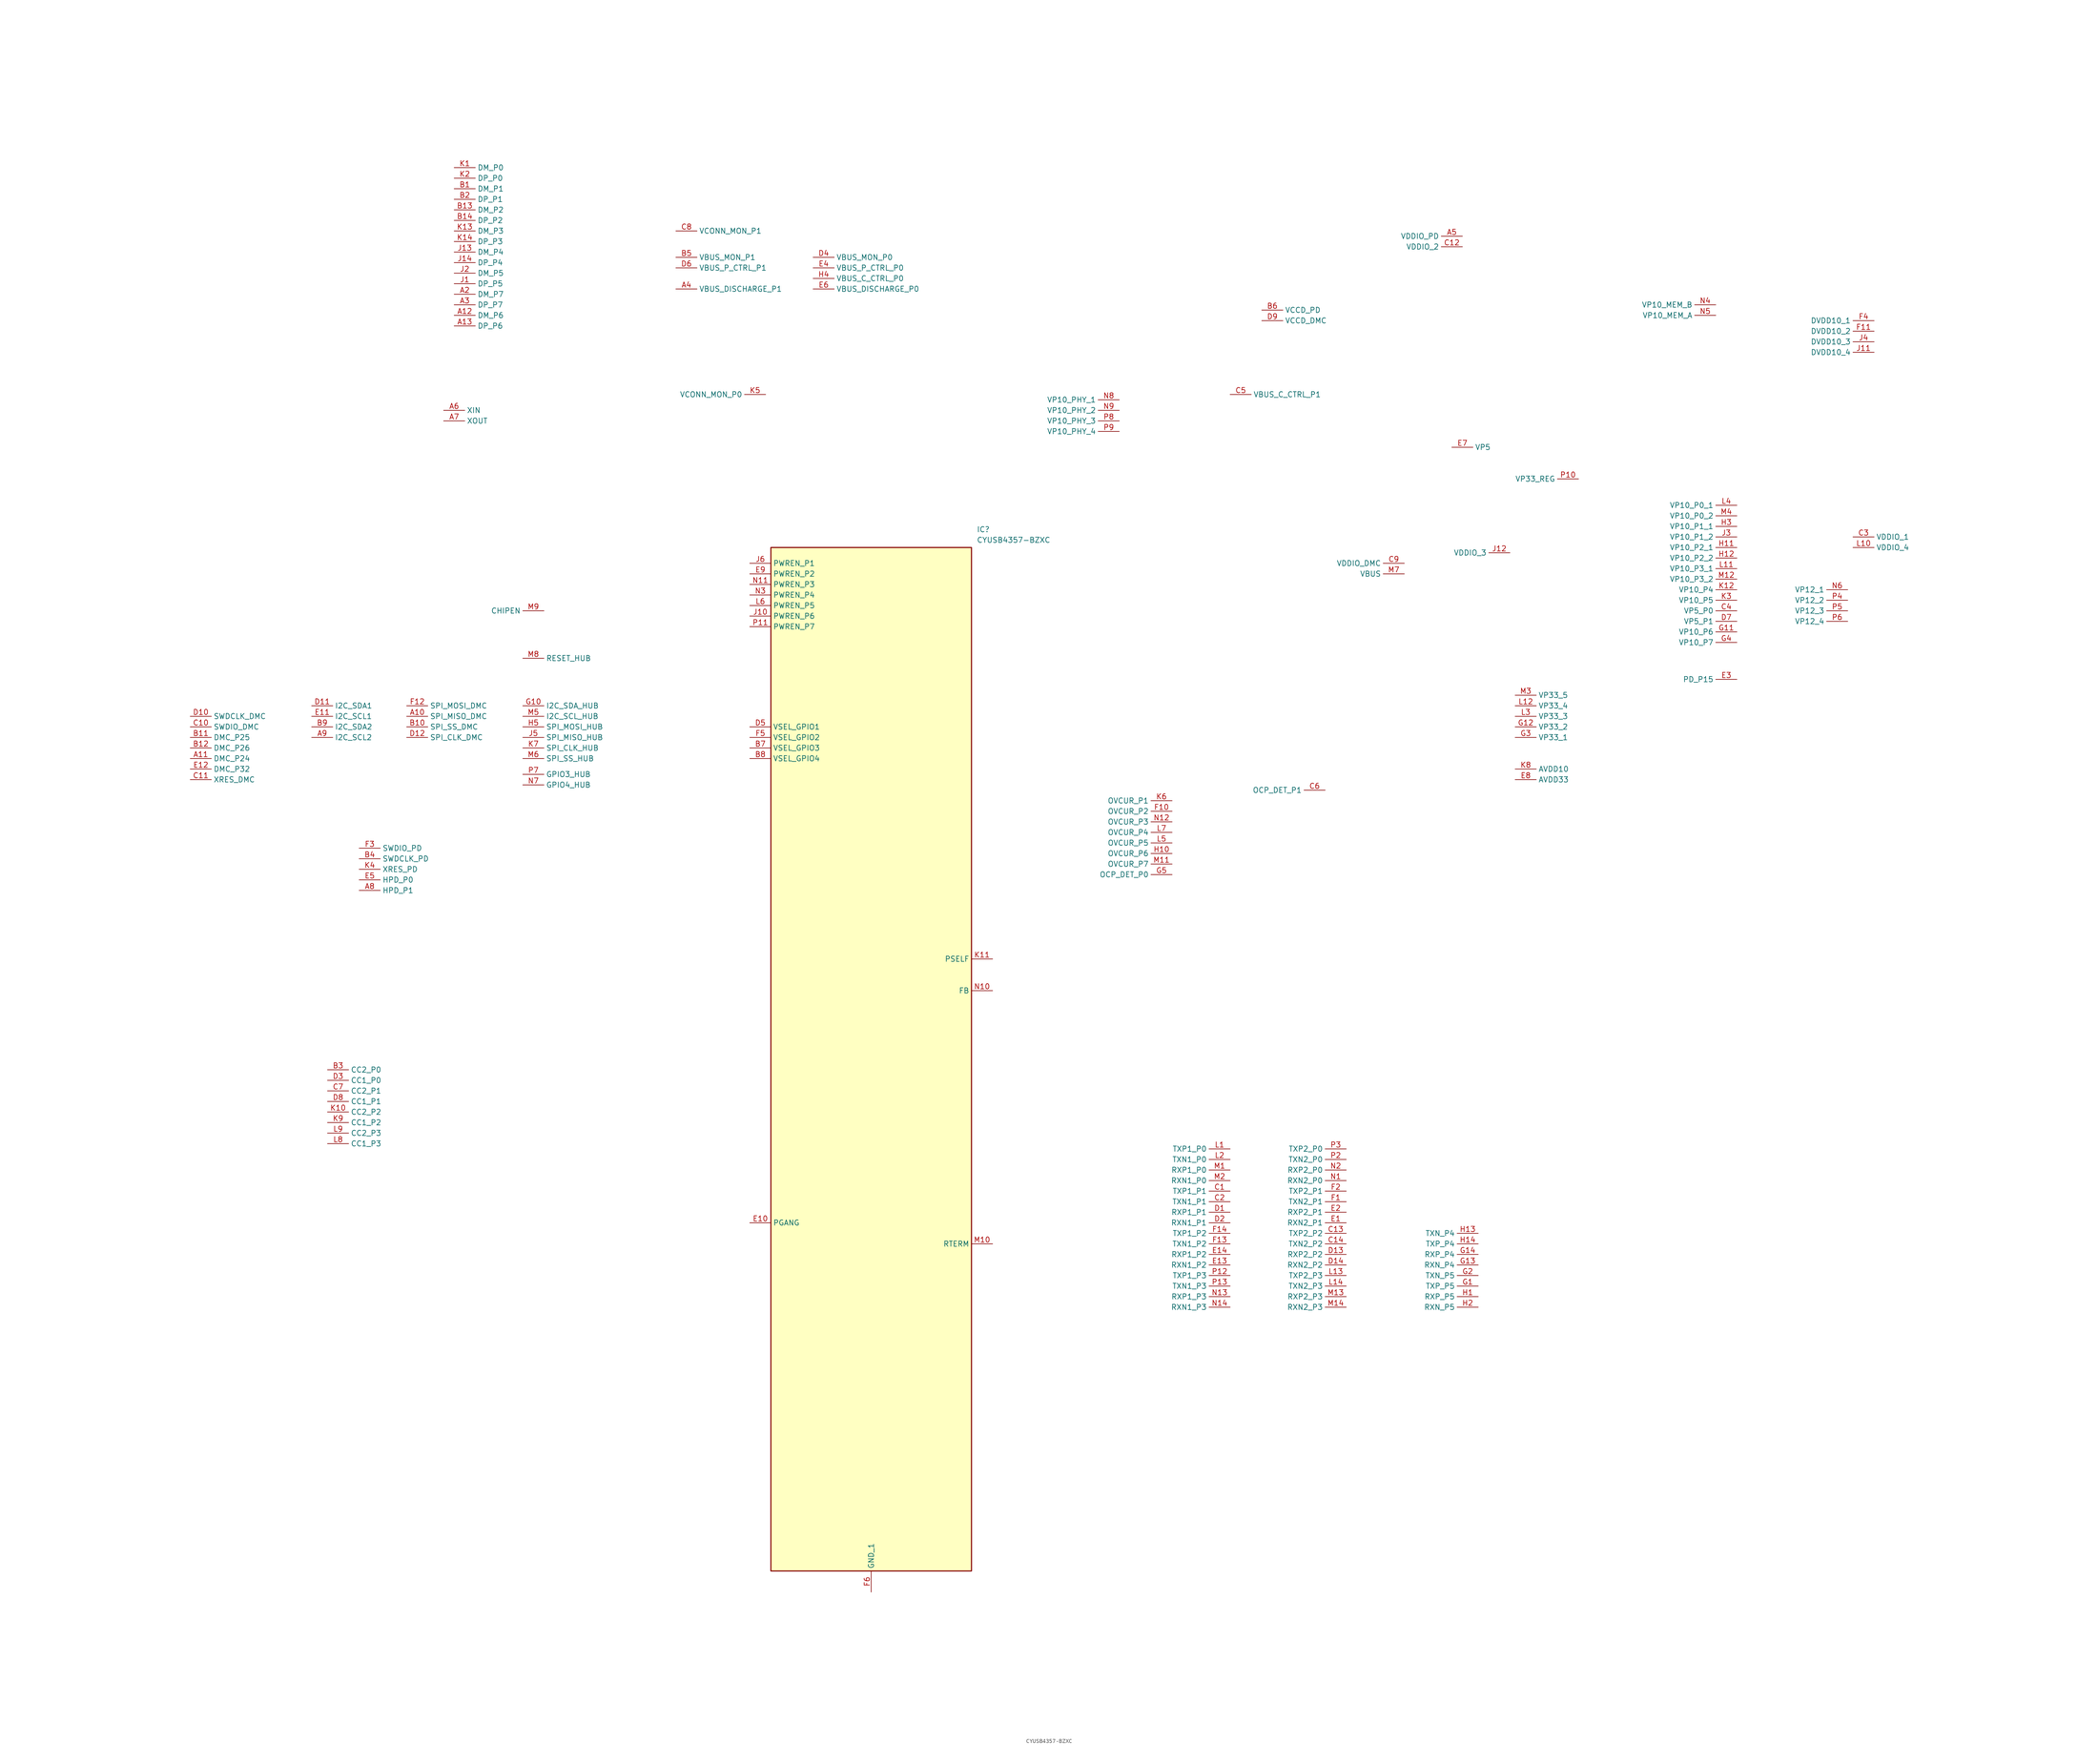
<source format=kicad_sym>
(kicad_symbol_lib
  (version 20241209)
  (generator "kicad_symbol_editor")
  (generator_version "9.0")
  (symbol "CYUSB4357-BZXC"
    (property "Reference" "IC"
      (at 54.61 7.62 0)
      (effects (font (size 1.27 1.27)) (justify left top)))
    (property "Value" "CYUSB4357-BZXC"
      (at 54.61 5.08 0)
      (effects (font (size 1.27 1.27)) (justify left top)))
    (symbol "CYUSB4357-BZXC_1_1"
      (rectangle (start 5.08 2.54) (end 53.34 -243.84) (stroke (width 0.254) (type default)) (fill (type background)))
      (pin passive line (at -134.62 -38.1 0) (length 5.08) (name "SWDCLK_DMC" (effects (font (size 1.27 1.27)))) (number "D10" (effects (font (size 1.27 1.27)))))
      (pin passive line (at -134.62 -40.64 0) (length 5.08) (name "SWDIO_DMC" (effects (font (size 1.27 1.27)))) (number "C10" (effects (font (size 1.27 1.27)))))
      (pin passive line (at -134.62 -43.18 0) (length 5.08) (name "DMC_P25" (effects (font (size 1.27 1.27)))) (number "B11" (effects (font (size 1.27 1.27)))))
      (pin passive line (at -134.62 -45.72 0) (length 5.08) (name "DMC_P26" (effects (font (size 1.27 1.27)))) (number "B12" (effects (font (size 1.27 1.27)))))
      (pin passive line (at -134.62 -48.26 0) (length 5.08) (name "DMC_P24" (effects (font (size 1.27 1.27)))) (number "A11" (effects (font (size 1.27 1.27)))))
      (pin passive line (at -134.62 -50.8 0) (length 5.08) (name "DMC_P32" (effects (font (size 1.27 1.27)))) (number "E12" (effects (font (size 1.27 1.27)))))
      (pin passive line (at -134.62 -53.34 0) (length 5.08) (name "XRES_DMC" (effects (font (size 1.27 1.27)))) (number "C11" (effects (font (size 1.27 1.27)))))
      (pin passive line (at -105.41 -35.56 0) (length 5.08) (name "I2C_SDA1" (effects (font (size 1.27 1.27)))) (number "D11" (effects (font (size 1.27 1.27)))))
      (pin passive line (at -105.41 -38.1 0) (length 5.08) (name "I2C_SCL1" (effects (font (size 1.27 1.27)))) (number "E11" (effects (font (size 1.27 1.27)))))
      (pin passive line (at -105.41 -40.64 0) (length 5.08) (name "I2C_SDA2" (effects (font (size 1.27 1.27)))) (number "B9" (effects (font (size 1.27 1.27)))))
      (pin passive line (at -105.41 -43.18 0) (length 5.08) (name "I2C_SCL2" (effects (font (size 1.27 1.27)))) (number "A9" (effects (font (size 1.27 1.27)))))
      (pin passive line (at -101.6 -123.19 0) (length 5.08) (name "CC2_P0" (effects (font (size 1.27 1.27)))) (number "B3" (effects (font (size 1.27 1.27)))))
      (pin passive line (at -101.6 -125.73 0) (length 5.08) (name "CC1_P0" (effects (font (size 1.27 1.27)))) (number "D3" (effects (font (size 1.27 1.27)))))
      (pin passive line (at -101.6 -128.27 0) (length 5.08) (name "CC2_P1" (effects (font (size 1.27 1.27)))) (number "C7" (effects (font (size 1.27 1.27)))))
      (pin passive line (at -101.6 -130.81 0) (length 5.08) (name "CC1_P1" (effects (font (size 1.27 1.27)))) (number "D8" (effects (font (size 1.27 1.27)))))
      (pin passive line (at -101.6 -133.35 0) (length 5.08) (name "CC2_P2" (effects (font (size 1.27 1.27)))) (number "K10" (effects (font (size 1.27 1.27)))))
      (pin passive line (at -101.6 -135.89 0) (length 5.08) (name "CC1_P2" (effects (font (size 1.27 1.27)))) (number "K9" (effects (font (size 1.27 1.27)))))
      (pin passive line (at -101.6 -138.43 0) (length 5.08) (name "CC2_P3" (effects (font (size 1.27 1.27)))) (number "L9" (effects (font (size 1.27 1.27)))))
      (pin passive line (at -101.6 -140.97 0) (length 5.08) (name "CC1_P3" (effects (font (size 1.27 1.27)))) (number "L8" (effects (font (size 1.27 1.27)))))
      (pin passive line (at -93.98 -69.85 0) (length 5.08) (name "SWDIO_PD" (effects (font (size 1.27 1.27)))) (number "F3" (effects (font (size 1.27 1.27)))))
      (pin passive line (at -93.98 -72.39 0) (length 5.08) (name "SWDCLK_PD" (effects (font (size 1.27 1.27)))) (number "B4" (effects (font (size 1.27 1.27)))))
      (pin passive line (at -93.98 -74.93 0) (length 5.08) (name "XRES_PD" (effects (font (size 1.27 1.27)))) (number "K4" (effects (font (size 1.27 1.27)))))
      (pin passive line (at -93.98 -77.47 0) (length 5.08) (name "HPD_P0" (effects (font (size 1.27 1.27)))) (number "E5" (effects (font (size 1.27 1.27)))))
      (pin passive line (at -93.98 -80.01 0) (length 5.08) (name "HPD_P1" (effects (font (size 1.27 1.27)))) (number "A8" (effects (font (size 1.27 1.27)))))
      (pin passive line (at -82.55 -35.56 0) (length 5.08) (name "SPI_MOSI_DMC" (effects (font (size 1.27 1.27)))) (number "F12" (effects (font (size 1.27 1.27)))))
      (pin passive line (at -82.55 -38.1 0) (length 5.08) (name "SPI_MISO_DMC" (effects (font (size 1.27 1.27)))) (number "A10" (effects (font (size 1.27 1.27)))))
      (pin passive line (at -82.55 -40.64 0) (length 5.08) (name "SPI_SS_DMC" (effects (font (size 1.27 1.27)))) (number "B10" (effects (font (size 1.27 1.27)))))
      (pin passive line (at -82.55 -43.18 0) (length 5.08) (name "SPI_CLK_DMC" (effects (font (size 1.27 1.27)))) (number "D12" (effects (font (size 1.27 1.27)))))
      (pin passive line (at -73.66 35.56 0) (length 5.08) (name "XIN" (effects (font (size 1.27 1.27)))) (number "A6" (effects (font (size 1.27 1.27)))))
      (pin passive line (at -73.66 33.02 0) (length 5.08) (name "XOUT" (effects (font (size 1.27 1.27)))) (number "A7" (effects (font (size 1.27 1.27)))))
      (pin passive line (at -71.12 93.98 0) (length 5.08) (name "DM_P0" (effects (font (size 1.27 1.27)))) (number "K1" (effects (font (size 1.27 1.27)))))
      (pin passive line (at -71.12 91.44 0) (length 5.08) (name "DP_P0" (effects (font (size 1.27 1.27)))) (number "K2" (effects (font (size 1.27 1.27)))))
      (pin passive line (at -71.12 88.9 0) (length 5.08) (name "DM_P1" (effects (font (size 1.27 1.27)))) (number "B1" (effects (font (size 1.27 1.27)))))
      (pin passive line (at -71.12 86.36 0) (length 5.08) (name "DP_P1" (effects (font (size 1.27 1.27)))) (number "B2" (effects (font (size 1.27 1.27)))))
      (pin passive line (at -71.12 83.82 0) (length 5.08) (name "DM_P2" (effects (font (size 1.27 1.27)))) (number "B13" (effects (font (size 1.27 1.27)))))
      (pin passive line (at -71.12 81.28 0) (length 5.08) (name "DP_P2" (effects (font (size 1.27 1.27)))) (number "B14" (effects (font (size 1.27 1.27)))))
      (pin passive line (at -71.12 78.74 0) (length 5.08) (name "DM_P3" (effects (font (size 1.27 1.27)))) (number "K13" (effects (font (size 1.27 1.27)))))
      (pin passive line (at -71.12 76.2 0) (length 5.08) (name "DP_P3" (effects (font (size 1.27 1.27)))) (number "K14" (effects (font (size 1.27 1.27)))))
      (pin passive line (at -71.12 73.66 0) (length 5.08) (name "DM_P4" (effects (font (size 1.27 1.27)))) (number "J13" (effects (font (size 1.27 1.27)))))
      (pin passive line (at -71.12 71.12 0) (length 5.08) (name "DP_P4" (effects (font (size 1.27 1.27)))) (number "J14" (effects (font (size 1.27 1.27)))))
      (pin passive line (at -71.12 68.58 0) (length 5.08) (name "DM_P5" (effects (font (size 1.27 1.27)))) (number "J2" (effects (font (size 1.27 1.27)))))
      (pin passive line (at -71.12 66.04 0) (length 5.08) (name "DP_P5" (effects (font (size 1.27 1.27)))) (number "J1" (effects (font (size 1.27 1.27)))))
      (pin passive line (at -71.12 63.5 0) (length 5.08) (name "DM_P7" (effects (font (size 1.27 1.27)))) (number "A2" (effects (font (size 1.27 1.27)))))
      (pin passive line (at -71.12 60.96 0) (length 5.08) (name "DP_P7" (effects (font (size 1.27 1.27)))) (number "A3" (effects (font (size 1.27 1.27)))))
      (pin passive line (at -71.12 58.42 0) (length 5.08) (name "DM_P6" (effects (font (size 1.27 1.27)))) (number "A12" (effects (font (size 1.27 1.27)))))
      (pin passive line (at -71.12 55.88 0) (length 5.08) (name "DP_P6" (effects (font (size 1.27 1.27)))) (number "A13" (effects (font (size 1.27 1.27)))))
      (pin passive line (at -54.61 -24.13 0) (length 5.08) (name "RESET_HUB" (effects (font (size 1.27 1.27)))) (number "M8" (effects (font (size 1.27 1.27)))))
      (pin passive line (at -54.61 -35.56 0) (length 5.08) (name "I2C_SDA_HUB" (effects (font (size 1.27 1.27)))) (number "G10" (effects (font (size 1.27 1.27)))))
      (pin passive line (at -54.61 -38.1 0) (length 5.08) (name "I2C_SCL_HUB" (effects (font (size 1.27 1.27)))) (number "M5" (effects (font (size 1.27 1.27)))))
      (pin passive line (at -54.61 -40.64 0) (length 5.08) (name "SPI_MOSI_HUB" (effects (font (size 1.27 1.27)))) (number "H5" (effects (font (size 1.27 1.27)))))
      (pin passive line (at -54.61 -43.18 0) (length 5.08) (name "SPI_MISO_HUB" (effects (font (size 1.27 1.27)))) (number "J5" (effects (font (size 1.27 1.27)))))
      (pin passive line (at -54.61 -45.72 0) (length 5.08) (name "SPI_CLK_HUB" (effects (font (size 1.27 1.27)))) (number "K7" (effects (font (size 1.27 1.27)))))
      (pin passive line (at -54.61 -48.26 0) (length 5.08) (name "SPI_SS_HUB" (effects (font (size 1.27 1.27)))) (number "M6" (effects (font (size 1.27 1.27)))))
      (pin passive line (at -54.61 -52.07 0) (length 5.08) (name "GPIO3_HUB" (effects (font (size 1.27 1.27)))) (number "P7" (effects (font (size 1.27 1.27)))))
      (pin passive line (at -54.61 -54.61 0) (length 5.08) (name "GPIO4_HUB" (effects (font (size 1.27 1.27)))) (number "N7" (effects (font (size 1.27 1.27)))))
      (pin passive line (at -49.53 -12.7 180) (length 5.08) (name "CHIPEN" (effects (font (size 1.27 1.27)))) (number "M9" (effects (font (size 1.27 1.27)))))
      (pin passive line (at -17.78 78.74 0) (length 5.08) (name "VCONN_MON_P1" (effects (font (size 1.27 1.27)))) (number "C8" (effects (font (size 1.27 1.27)))))
      (pin passive line (at -17.78 72.39 0) (length 5.08) (name "VBUS_MON_P1" (effects (font (size 1.27 1.27)))) (number "B5" (effects (font (size 1.27 1.27)))))
      (pin passive line (at -17.78 69.85 0) (length 5.08) (name "VBUS_P_CTRL_P1" (effects (font (size 1.27 1.27)))) (number "D6" (effects (font (size 1.27 1.27)))))
      (pin passive line (at -17.78 64.77 0) (length 5.08) (name "VBUS_DISCHARGE_P1" (effects (font (size 1.27 1.27)))) (number "A4" (effects (font (size 1.27 1.27)))))
      (pin passive line (at 0 -1.27 0) (length 5.08) (name "PWREN_P1" (effects (font (size 1.27 1.27)))) (number "J6" (effects (font (size 1.27 1.27)))))
      (pin passive line (at 0 -3.81 0) (length 5.08) (name "PWREN_P2" (effects (font (size 1.27 1.27)))) (number "E9" (effects (font (size 1.27 1.27)))))
      (pin passive line (at 0 -6.35 0) (length 5.08) (name "PWREN_P3" (effects (font (size 1.27 1.27)))) (number "N11" (effects (font (size 1.27 1.27)))))
      (pin passive line (at 0 -8.89 0) (length 5.08) (name "PWREN_P4" (effects (font (size 1.27 1.27)))) (number "N3" (effects (font (size 1.27 1.27)))))
      (pin passive line (at 0 -11.43 0) (length 5.08) (name "PWREN_P5" (effects (font (size 1.27 1.27)))) (number "L6" (effects (font (size 1.27 1.27)))))
      (pin passive line (at 0 -13.97 0) (length 5.08) (name "PWREN_P6" (effects (font (size 1.27 1.27)))) (number "J10" (effects (font (size 1.27 1.27)))))
      (pin passive line (at 0 -16.51 0) (length 5.08) (name "PWREN_P7" (effects (font (size 1.27 1.27)))) (number "P11" (effects (font (size 1.27 1.27)))))
      (pin passive line (at 0 -40.64 0) (length 5.08) (name "VSEL_GPIO1" (effects (font (size 1.27 1.27)))) (number "D5" (effects (font (size 1.27 1.27)))))
      (pin passive line (at 0 -43.18 0) (length 5.08) (name "VSEL_GPIO2" (effects (font (size 1.27 1.27)))) (number "F5" (effects (font (size 1.27 1.27)))))
      (pin passive line (at 0 -45.72 0) (length 5.08) (name "VSEL_GPIO3" (effects (font (size 1.27 1.27)))) (number "B7" (effects (font (size 1.27 1.27)))))
      (pin passive line (at 0 -48.26 0) (length 5.08) (name "VSEL_GPIO4" (effects (font (size 1.27 1.27)))) (number "B8" (effects (font (size 1.27 1.27)))))
      (pin passive line (at 0 -160.02 0) (length 5.08) (name "PGANG" (effects (font (size 1.27 1.27)))) (number "E10" (effects (font (size 1.27 1.27)))))
      (pin passive line (at 3.81 39.37 180) (length 5.08) (name "VCONN_MON_P0" (effects (font (size 1.27 1.27)))) (number "K5" (effects (font (size 1.27 1.27)))))
      (pin passive line (at 15.24 72.39 0) (length 5.08) (name "VBUS_MON_P0" (effects (font (size 1.27 1.27)))) (number "D4" (effects (font (size 1.27 1.27)))))
      (pin passive line (at 15.24 69.85 0) (length 5.08) (name "VBUS_P_CTRL_P0" (effects (font (size 1.27 1.27)))) (number "E4" (effects (font (size 1.27 1.27)))))
      (pin passive line (at 15.24 67.31 0) (length 5.08) (name "VBUS_C_CTRL_P0" (effects (font (size 1.27 1.27)))) (number "H4" (effects (font (size 1.27 1.27)))))
      (pin passive line (at 15.24 64.77 0) (length 5.08) (name "VBUS_DISCHARGE_P0" (effects (font (size 1.27 1.27)))) (number "E6" (effects (font (size 1.27 1.27)))))
      (pin passive line (at 29.21 -248.92 90) (length 5.08) (name "GND_1" (effects (font (size 1.27 1.27)))) (number "F6" (effects (font (size 1.27 1.27)))))
      (pin passive line (at 29.21 -248.92 90) (length 5.08) (hide yes) (name "GND_2" (effects (font (size 1.27 1.27)))) (number "F7" (effects (font (size 1.27 1.27)))))
      (pin passive line (at 29.21 -248.92 90) (length 5.08) (hide yes) (name "GND_3" (effects (font (size 1.27 1.27)))) (number "F8" (effects (font (size 1.27 1.27)))))
      (pin passive line (at 29.21 -248.92 90) (length 5.08) (hide yes) (name "GND_4" (effects (font (size 1.27 1.27)))) (number "F9" (effects (font (size 1.27 1.27)))))
      (pin passive line (at 29.21 -248.92 90) (length 5.08) (hide yes) (name "GND_5" (effects (font (size 1.27 1.27)))) (number "G6" (effects (font (size 1.27 1.27)))))
      (pin passive line (at 29.21 -248.92 90) (length 5.08) (hide yes) (name "GND_6" (effects (font (size 1.27 1.27)))) (number "G7" (effects (font (size 1.27 1.27)))))
      (pin passive line (at 29.21 -248.92 90) (length 5.08) (hide yes) (name "GND_7" (effects (font (size 1.27 1.27)))) (number "G8" (effects (font (size 1.27 1.27)))))
      (pin passive line (at 29.21 -248.92 90) (length 5.08) (hide yes) (name "GND_8" (effects (font (size 1.27 1.27)))) (number "G9" (effects (font (size 1.27 1.27)))))
      (pin passive line (at 29.21 -248.92 90) (length 5.08) (hide yes) (name "GND_9" (effects (font (size 1.27 1.27)))) (number "H6" (effects (font (size 1.27 1.27)))))
      (pin passive line (at 29.21 -248.92 90) (length 5.08) (hide yes) (name "GND_10" (effects (font (size 1.27 1.27)))) (number "H7" (effects (font (size 1.27 1.27)))))
      (pin passive line (at 29.21 -248.92 90) (length 5.08) (hide yes) (name "GND_11" (effects (font (size 1.27 1.27)))) (number "H8" (effects (font (size 1.27 1.27)))))
      (pin passive line (at 29.21 -248.92 90) (length 5.08) (hide yes) (name "GND_12" (effects (font (size 1.27 1.27)))) (number "H9" (effects (font (size 1.27 1.27)))))
      (pin passive line (at 29.21 -248.92 90) (length 5.08) (hide yes) (name "GND_13" (effects (font (size 1.27 1.27)))) (number "J7" (effects (font (size 1.27 1.27)))))
      (pin passive line (at 29.21 -248.92 90) (length 5.08) (hide yes) (name "GND_14" (effects (font (size 1.27 1.27)))) (number "J8" (effects (font (size 1.27 1.27)))))
      (pin passive line (at 29.21 -248.92 90) (length 5.08) (hide yes) (name "GND_15" (effects (font (size 1.27 1.27)))) (number "J9" (effects (font (size 1.27 1.27)))))
      (pin passive line (at 58.42 -96.52 180) (length 5.08) (name "PSELF" (effects (font (size 1.27 1.27)))) (number "K11" (effects (font (size 1.27 1.27)))))
      (pin passive line (at 58.42 -104.14 180) (length 5.08) (name "FB" (effects (font (size 1.27 1.27)))) (number "N10" (effects (font (size 1.27 1.27)))))
      (pin passive line (at 58.42 -165.1 180) (length 5.08) (name "RTERM" (effects (font (size 1.27 1.27)))) (number "M10" (effects (font (size 1.27 1.27)))))
      (pin passive line (at 88.9 38.1 180) (length 5.08) (name "VP10_PHY_1" (effects (font (size 1.27 1.27)))) (number "N8" (effects (font (size 1.27 1.27)))))
      (pin passive line (at 88.9 35.56 180) (length 5.08) (name "VP10_PHY_2" (effects (font (size 1.27 1.27)))) (number "N9" (effects (font (size 1.27 1.27)))))
      (pin passive line (at 88.9 33.02 180) (length 5.08) (name "VP10_PHY_3" (effects (font (size 1.27 1.27)))) (number "P8" (effects (font (size 1.27 1.27)))))
      (pin passive line (at 88.9 30.48 180) (length 5.08) (name "VP10_PHY_4" (effects (font (size 1.27 1.27)))) (number "P9" (effects (font (size 1.27 1.27)))))
      (pin passive line (at 101.6 -58.42 180) (length 5.08) (name "OVCUR_P1" (effects (font (size 1.27 1.27)))) (number "K6" (effects (font (size 1.27 1.27)))))
      (pin passive line (at 101.6 -60.96 180) (length 5.08) (name "OVCUR_P2" (effects (font (size 1.27 1.27)))) (number "F10" (effects (font (size 1.27 1.27)))))
      (pin passive line (at 101.6 -63.5 180) (length 5.08) (name "OVCUR_P3" (effects (font (size 1.27 1.27)))) (number "N12" (effects (font (size 1.27 1.27)))))
      (pin passive line (at 101.6 -66.04 180) (length 5.08) (name "OVCUR_P4" (effects (font (size 1.27 1.27)))) (number "L7" (effects (font (size 1.27 1.27)))))
      (pin passive line (at 101.6 -68.58 180) (length 5.08) (name "OVCUR_P5" (effects (font (size 1.27 1.27)))) (number "L5" (effects (font (size 1.27 1.27)))))
      (pin passive line (at 101.6 -71.12 180) (length 5.08) (name "OVCUR_P6" (effects (font (size 1.27 1.27)))) (number "H10" (effects (font (size 1.27 1.27)))))
      (pin passive line (at 101.6 -73.66 180) (length 5.08) (name "OVCUR_P7" (effects (font (size 1.27 1.27)))) (number "M11" (effects (font (size 1.27 1.27)))))
      (pin passive line (at 101.6 -76.2 180) (length 5.08) (name "OCP_DET_P0" (effects (font (size 1.27 1.27)))) (number "G5" (effects (font (size 1.27 1.27)))))
      (pin passive line (at 115.57 39.37 0) (length 5.08) (name "VBUS_C_CTRL_P1" (effects (font (size 1.27 1.27)))) (number "C5" (effects (font (size 1.27 1.27)))))
      (pin passive line (at 115.57 -142.24 180) (length 5.08) (name "TXP1_P0" (effects (font (size 1.27 1.27)))) (number "L1" (effects (font (size 1.27 1.27)))))
      (pin passive line (at 115.57 -144.78 180) (length 5.08) (name "TXN1_P0" (effects (font (size 1.27 1.27)))) (number "L2" (effects (font (size 1.27 1.27)))))
      (pin passive line (at 115.57 -147.32 180) (length 5.08) (name "RXP1_P0" (effects (font (size 1.27 1.27)))) (number "M1" (effects (font (size 1.27 1.27)))))
      (pin passive line (at 115.57 -149.86 180) (length 5.08) (name "RXN1_P0" (effects (font (size 1.27 1.27)))) (number "M2" (effects (font (size 1.27 1.27)))))
      (pin passive line (at 115.57 -152.4 180) (length 5.08) (name "TXP1_P1" (effects (font (size 1.27 1.27)))) (number "C1" (effects (font (size 1.27 1.27)))))
      (pin passive line (at 115.57 -154.94 180) (length 5.08) (name "TXN1_P1" (effects (font (size 1.27 1.27)))) (number "C2" (effects (font (size 1.27 1.27)))))
      (pin passive line (at 115.57 -157.48 180) (length 5.08) (name "RXP1_P1" (effects (font (size 1.27 1.27)))) (number "D1" (effects (font (size 1.27 1.27)))))
      (pin passive line (at 115.57 -160.02 180) (length 5.08) (name "RXN1_P1" (effects (font (size 1.27 1.27)))) (number "D2" (effects (font (size 1.27 1.27)))))
      (pin passive line (at 115.57 -162.56 180) (length 5.08) (name "TXP1_P2" (effects (font (size 1.27 1.27)))) (number "F14" (effects (font (size 1.27 1.27)))))
      (pin passive line (at 115.57 -165.1 180) (length 5.08) (name "TXN1_P2" (effects (font (size 1.27 1.27)))) (number "F13" (effects (font (size 1.27 1.27)))))
      (pin passive line (at 115.57 -167.64 180) (length 5.08) (name "RXP1_P2" (effects (font (size 1.27 1.27)))) (number "E14" (effects (font (size 1.27 1.27)))))
      (pin passive line (at 115.57 -170.18 180) (length 5.08) (name "RXN1_P2" (effects (font (size 1.27 1.27)))) (number "E13" (effects (font (size 1.27 1.27)))))
      (pin passive line (at 115.57 -172.72 180) (length 5.08) (name "TXP1_P3" (effects (font (size 1.27 1.27)))) (number "P12" (effects (font (size 1.27 1.27)))))
      (pin passive line (at 115.57 -175.26 180) (length 5.08) (name "TXN1_P3" (effects (font (size 1.27 1.27)))) (number "P13" (effects (font (size 1.27 1.27)))))
      (pin passive line (at 115.57 -177.8 180) (length 5.08) (name "RXP1_P3" (effects (font (size 1.27 1.27)))) (number "N13" (effects (font (size 1.27 1.27)))))
      (pin passive line (at 115.57 -180.34 180) (length 5.08) (name "RXN1_P3" (effects (font (size 1.27 1.27)))) (number "N14" (effects (font (size 1.27 1.27)))))
      (pin passive line (at 123.19 59.69 0) (length 5.08) (name "VCCD_PD" (effects (font (size 1.27 1.27)))) (number "B6" (effects (font (size 1.27 1.27)))))
      (pin passive line (at 123.19 57.15 0) (length 5.08) (name "VCCD_DMC" (effects (font (size 1.27 1.27)))) (number "D9" (effects (font (size 1.27 1.27)))))
      (pin passive line (at 138.43 -55.88 180) (length 5.08) (name "OCP_DET_P1" (effects (font (size 1.27 1.27)))) (number "C6" (effects (font (size 1.27 1.27)))))
      (pin passive line (at 143.51 -142.24 180) (length 5.08) (name "TXP2_P0" (effects (font (size 1.27 1.27)))) (number "P3" (effects (font (size 1.27 1.27)))))
      (pin passive line (at 143.51 -144.78 180) (length 5.08) (name "TXN2_P0" (effects (font (size 1.27 1.27)))) (number "P2" (effects (font (size 1.27 1.27)))))
      (pin passive line (at 143.51 -147.32 180) (length 5.08) (name "RXP2_P0" (effects (font (size 1.27 1.27)))) (number "N2" (effects (font (size 1.27 1.27)))))
      (pin passive line (at 143.51 -149.86 180) (length 5.08) (name "RXN2_P0" (effects (font (size 1.27 1.27)))) (number "N1" (effects (font (size 1.27 1.27)))))
      (pin passive line (at 143.51 -152.4 180) (length 5.08) (name "TXP2_P1" (effects (font (size 1.27 1.27)))) (number "F2" (effects (font (size 1.27 1.27)))))
      (pin passive line (at 143.51 -154.94 180) (length 5.08) (name "TXN2_P1" (effects (font (size 1.27 1.27)))) (number "F1" (effects (font (size 1.27 1.27)))))
      (pin passive line (at 143.51 -157.48 180) (length 5.08) (name "RXP2_P1" (effects (font (size 1.27 1.27)))) (number "E2" (effects (font (size 1.27 1.27)))))
      (pin passive line (at 143.51 -160.02 180) (length 5.08) (name "RXN2_P1" (effects (font (size 1.27 1.27)))) (number "E1" (effects (font (size 1.27 1.27)))))
      (pin passive line (at 143.51 -162.56 180) (length 5.08) (name "TXP2_P2" (effects (font (size 1.27 1.27)))) (number "C13" (effects (font (size 1.27 1.27)))))
      (pin passive line (at 143.51 -165.1 180) (length 5.08) (name "TXN2_P2" (effects (font (size 1.27 1.27)))) (number "C14" (effects (font (size 1.27 1.27)))))
      (pin passive line (at 143.51 -167.64 180) (length 5.08) (name "RXP2_P2" (effects (font (size 1.27 1.27)))) (number "D13" (effects (font (size 1.27 1.27)))))
      (pin passive line (at 143.51 -170.18 180) (length 5.08) (name "RXN2_P2" (effects (font (size 1.27 1.27)))) (number "D14" (effects (font (size 1.27 1.27)))))
      (pin passive line (at 143.51 -172.72 180) (length 5.08) (name "TXP2_P3" (effects (font (size 1.27 1.27)))) (number "L13" (effects (font (size 1.27 1.27)))))
      (pin passive line (at 143.51 -175.26 180) (length 5.08) (name "TXN2_P3" (effects (font (size 1.27 1.27)))) (number "L14" (effects (font (size 1.27 1.27)))))
      (pin passive line (at 143.51 -177.8 180) (length 5.08) (name "RXP2_P3" (effects (font (size 1.27 1.27)))) (number "M13" (effects (font (size 1.27 1.27)))))
      (pin passive line (at 143.51 -180.34 180) (length 5.08) (name "RXN2_P3" (effects (font (size 1.27 1.27)))) (number "M14" (effects (font (size 1.27 1.27)))))
      (pin passive line (at 157.48 -1.27 180) (length 5.08) (name "VDDIO_DMC" (effects (font (size 1.27 1.27)))) (number "C9" (effects (font (size 1.27 1.27)))))
      (pin passive line (at 157.48 -3.81 180) (length 5.08) (name "VBUS" (effects (font (size 1.27 1.27)))) (number "M7" (effects (font (size 1.27 1.27)))))
      (pin passive line (at 168.91 26.67 0) (length 5.08) (name "VP5" (effects (font (size 1.27 1.27)))) (number "E7" (effects (font (size 1.27 1.27)))))
      (pin passive line (at 171.45 77.47 180) (length 5.08) (name "VDDIO_PD" (effects (font (size 1.27 1.27)))) (number "A5" (effects (font (size 1.27 1.27)))))
      (pin passive line (at 171.45 74.93 180) (length 5.08) (name "VDDIO_2" (effects (font (size 1.27 1.27)))) (number "C12" (effects (font (size 1.27 1.27)))))
      (pin passive line (at 175.26 -162.56 180) (length 5.08) (name "TXN_P4" (effects (font (size 1.27 1.27)))) (number "H13" (effects (font (size 1.27 1.27)))))
      (pin passive line (at 175.26 -165.1 180) (length 5.08) (name "TXP_P4" (effects (font (size 1.27 1.27)))) (number "H14" (effects (font (size 1.27 1.27)))))
      (pin passive line (at 175.26 -167.64 180) (length 5.08) (name "RXP_P4" (effects (font (size 1.27 1.27)))) (number "G14" (effects (font (size 1.27 1.27)))))
      (pin passive line (at 175.26 -170.18 180) (length 5.08) (name "RXN_P4" (effects (font (size 1.27 1.27)))) (number "G13" (effects (font (size 1.27 1.27)))))
      (pin passive line (at 175.26 -172.72 180) (length 5.08) (name "TXN_P5" (effects (font (size 1.27 1.27)))) (number "G2" (effects (font (size 1.27 1.27)))))
      (pin passive line (at 175.26 -175.26 180) (length 5.08) (name "TXP_P5" (effects (font (size 1.27 1.27)))) (number "G1" (effects (font (size 1.27 1.27)))))
      (pin passive line (at 175.26 -177.8 180) (length 5.08) (name "RXP_P5" (effects (font (size 1.27 1.27)))) (number "H1" (effects (font (size 1.27 1.27)))))
      (pin passive line (at 175.26 -180.34 180) (length 5.08) (name "RXN_P5" (effects (font (size 1.27 1.27)))) (number "H2" (effects (font (size 1.27 1.27)))))
      (pin passive line (at 182.88 1.27 180) (length 5.08) (name "VDDIO_3" (effects (font (size 1.27 1.27)))) (number "J12" (effects (font (size 1.27 1.27)))))
      (pin passive line (at 184.15 -33.02 0) (length 5.08) (name "VP33_5" (effects (font (size 1.27 1.27)))) (number "M3" (effects (font (size 1.27 1.27)))))
      (pin passive line (at 184.15 -35.56 0) (length 5.08) (name "VP33_4" (effects (font (size 1.27 1.27)))) (number "L12" (effects (font (size 1.27 1.27)))))
      (pin passive line (at 184.15 -38.1 0) (length 5.08) (name "VP33_3" (effects (font (size 1.27 1.27)))) (number "L3" (effects (font (size 1.27 1.27)))))
      (pin passive line (at 184.15 -40.64 0) (length 5.08) (name "VP33_2" (effects (font (size 1.27 1.27)))) (number "G12" (effects (font (size 1.27 1.27)))))
      (pin passive line (at 184.15 -43.18 0) (length 5.08) (name "VP33_1" (effects (font (size 1.27 1.27)))) (number "G3" (effects (font (size 1.27 1.27)))))
      (pin passive line (at 184.15 -50.8 0) (length 5.08) (name "AVDD10" (effects (font (size 1.27 1.27)))) (number "K8" (effects (font (size 1.27 1.27)))))
      (pin passive line (at 184.15 -53.34 0) (length 5.08) (name "AVDD33" (effects (font (size 1.27 1.27)))) (number "E8" (effects (font (size 1.27 1.27)))))
      (pin passive line (at 199.39 19.05 180) (length 5.08) (name "VP33_REG" (effects (font (size 1.27 1.27)))) (number "P10" (effects (font (size 1.27 1.27)))))
      (pin passive line (at 232.41 60.96 180) (length 5.08) (name "VP10_MEM_B" (effects (font (size 1.27 1.27)))) (number "N4" (effects (font (size 1.27 1.27)))))
      (pin passive line (at 232.41 58.42 180) (length 5.08) (name "VP10_MEM_A" (effects (font (size 1.27 1.27)))) (number "N5" (effects (font (size 1.27 1.27)))))
      (pin passive line (at 237.49 12.7 180) (length 5.08) (name "VP10_P0_1" (effects (font (size 1.27 1.27)))) (number "L4" (effects (font (size 1.27 1.27)))))
      (pin passive line (at 237.49 10.16 180) (length 5.08) (name "VP10_P0_2" (effects (font (size 1.27 1.27)))) (number "M4" (effects (font (size 1.27 1.27)))))
      (pin passive line (at 237.49 7.62 180) (length 5.08) (name "VP10_P1_1" (effects (font (size 1.27 1.27)))) (number "H3" (effects (font (size 1.27 1.27)))))
      (pin passive line (at 237.49 5.08 180) (length 5.08) (name "VP10_P1_2" (effects (font (size 1.27 1.27)))) (number "J3" (effects (font (size 1.27 1.27)))))
      (pin passive line (at 237.49 2.54 180) (length 5.08) (name "VP10_P2_1" (effects (font (size 1.27 1.27)))) (number "H11" (effects (font (size 1.27 1.27)))))
      (pin passive line (at 237.49 0 180) (length 5.08) (name "VP10_P2_2" (effects (font (size 1.27 1.27)))) (number "H12" (effects (font (size 1.27 1.27)))))
      (pin passive line (at 237.49 -2.54 180) (length 5.08) (name "VP10_P3_1" (effects (font (size 1.27 1.27)))) (number "L11" (effects (font (size 1.27 1.27)))))
      (pin passive line (at 237.49 -5.08 180) (length 5.08) (name "VP10_P3_2" (effects (font (size 1.27 1.27)))) (number "M12" (effects (font (size 1.27 1.27)))))
      (pin passive line (at 237.49 -7.62 180) (length 5.08) (name "VP10_P4" (effects (font (size 1.27 1.27)))) (number "K12" (effects (font (size 1.27 1.27)))))
      (pin passive line (at 237.49 -10.16 180) (length 5.08) (name "VP10_P5" (effects (font (size 1.27 1.27)))) (number "K3" (effects (font (size 1.27 1.27)))))
      (pin passive line (at 237.49 -12.7 180) (length 5.08) (name "VP5_P0" (effects (font (size 1.27 1.27)))) (number "C4" (effects (font (size 1.27 1.27)))))
      (pin passive line (at 237.49 -15.24 180) (length 5.08) (name "VP5_P1" (effects (font (size 1.27 1.27)))) (number "D7" (effects (font (size 1.27 1.27)))))
      (pin passive line (at 237.49 -17.78 180) (length 5.08) (name "VP10_P6" (effects (font (size 1.27 1.27)))) (number "G11" (effects (font (size 1.27 1.27)))))
      (pin passive line (at 237.49 -20.32 180) (length 5.08) (name "VP10_P7" (effects (font (size 1.27 1.27)))) (number "G4" (effects (font (size 1.27 1.27)))))
      (pin passive line (at 237.49 -29.21 180) (length 5.08) (name "PD_P15" (effects (font (size 1.27 1.27)))) (number "E3" (effects (font (size 1.27 1.27)))))
      (pin passive line (at 264.16 -7.62 180) (length 5.08) (name "VP12_1" (effects (font (size 1.27 1.27)))) (number "N6" (effects (font (size 1.27 1.27)))))
      (pin passive line (at 264.16 -10.16 180) (length 5.08) (name "VP12_2" (effects (font (size 1.27 1.27)))) (number "P4" (effects (font (size 1.27 1.27)))))
      (pin passive line (at 264.16 -12.7 180) (length 5.08) (name "VP12_3" (effects (font (size 1.27 1.27)))) (number "P5" (effects (font (size 1.27 1.27)))))
      (pin passive line (at 264.16 -15.24 180) (length 5.08) (name "VP12_4" (effects (font (size 1.27 1.27)))) (number "P6" (effects (font (size 1.27 1.27)))))
      (pin passive line (at 265.43 5.08 0) (length 5.08) (name "VDDIO_1" (effects (font (size 1.27 1.27)))) (number "C3" (effects (font (size 1.27 1.27)))))
      (pin passive line (at 265.43 2.54 0) (length 5.08) (name "VDDIO_4" (effects (font (size 1.27 1.27)))) (number "L10" (effects (font (size 1.27 1.27)))))
      (pin passive line (at 270.51 57.15 180) (length 5.08) (name "DVDD10_1" (effects (font (size 1.27 1.27)))) (number "F4" (effects (font (size 1.27 1.27)))))
      (pin passive line (at 270.51 54.61 180) (length 5.08) (name "DVDD10_2" (effects (font (size 1.27 1.27)))) (number "F11" (effects (font (size 1.27 1.27)))))
      (pin passive line (at 270.51 52.07 180) (length 5.08) (name "DVDD10_3" (effects (font (size 1.27 1.27)))) (number "J4" (effects (font (size 1.27 1.27)))))
      (pin passive line (at 270.51 49.53 180) (length 5.08) (name "DVDD10_4" (effects (font (size 1.27 1.27)))) (number "J11" (effects (font (size 1.27 1.27))))))))
</source>
